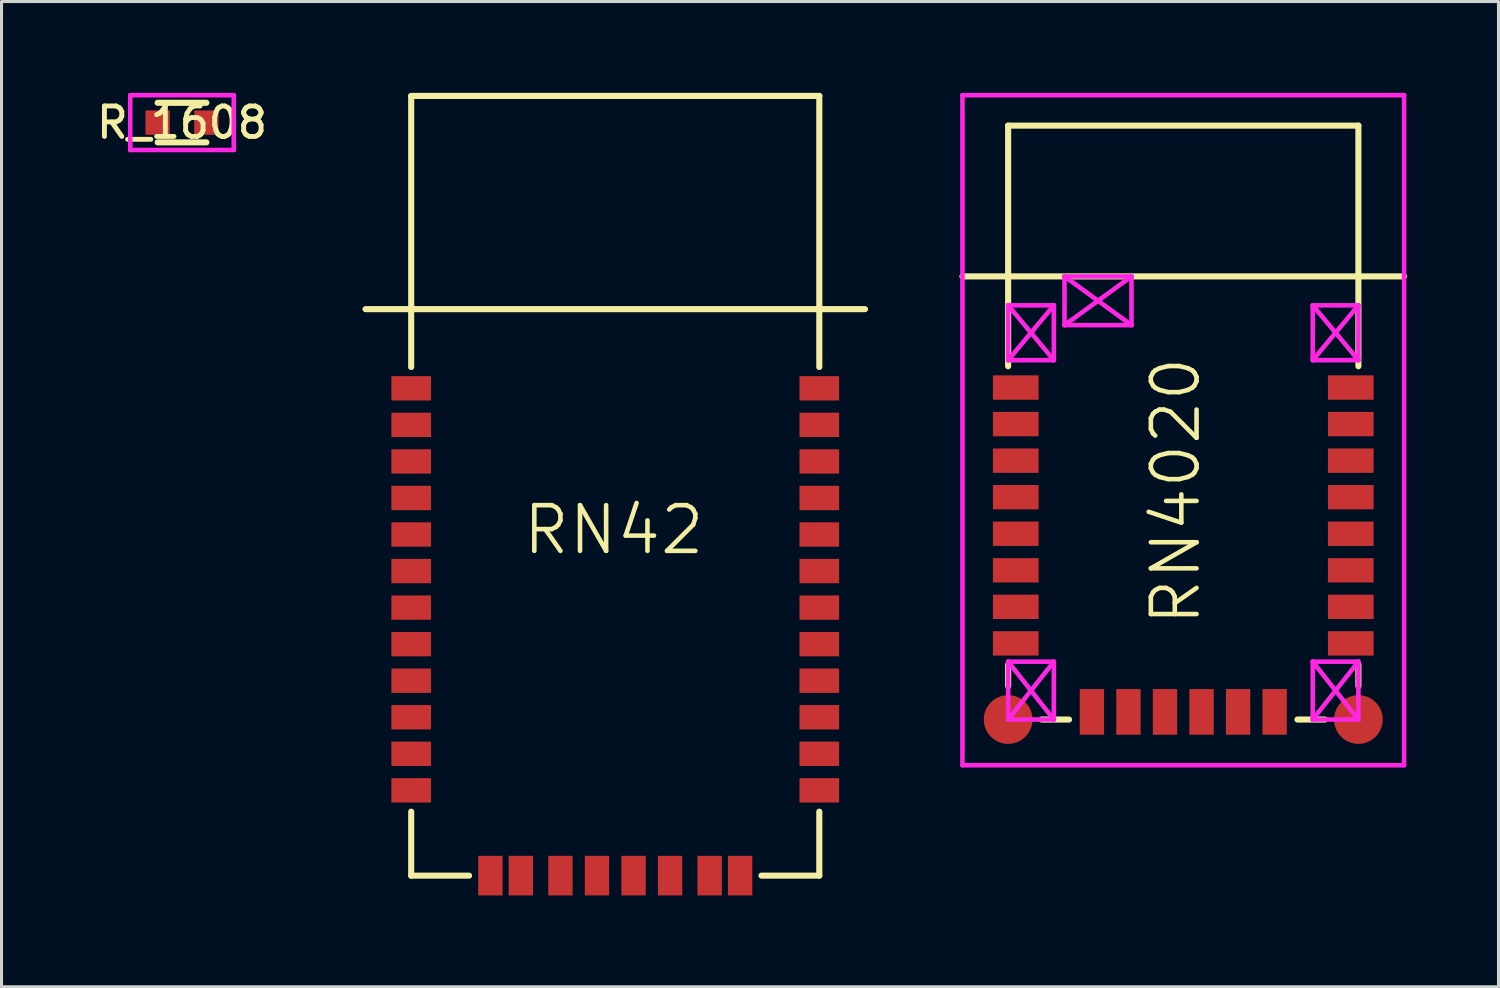
<source format=kicad_pcb>
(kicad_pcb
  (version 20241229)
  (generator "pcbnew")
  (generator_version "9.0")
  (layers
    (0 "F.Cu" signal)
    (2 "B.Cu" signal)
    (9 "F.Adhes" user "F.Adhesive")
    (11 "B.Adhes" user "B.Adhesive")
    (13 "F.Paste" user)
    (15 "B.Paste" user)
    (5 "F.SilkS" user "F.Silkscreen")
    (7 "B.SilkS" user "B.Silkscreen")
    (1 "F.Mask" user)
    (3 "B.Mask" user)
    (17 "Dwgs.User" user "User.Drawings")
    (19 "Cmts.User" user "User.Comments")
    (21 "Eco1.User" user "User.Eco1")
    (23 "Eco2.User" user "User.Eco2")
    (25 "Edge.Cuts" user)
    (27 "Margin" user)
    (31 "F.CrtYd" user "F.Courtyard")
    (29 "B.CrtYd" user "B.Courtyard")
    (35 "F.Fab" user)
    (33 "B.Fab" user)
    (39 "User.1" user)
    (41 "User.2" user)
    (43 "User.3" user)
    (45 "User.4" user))
  (footprint "RN4020"
    (layer "F.Cu")
    (at 30.051 20.575)
    (property "Reference" "RN4020" (at 5.5 -7.5 90) (layer "F.SilkS") (effects (font (size 1.5 1.5) (thickness 0.15))))
    (attr through_hole)
    (fp_line (start -1.5 -14.55) (end 13 -14.55) (stroke (width 0.2) (type solid)) (layer "F.SilkS"))
    (fp_line (start 0 -19.5) (end 0 -11.6) (stroke (width 0.2) (type solid)) (layer "F.SilkS"))
    (fp_line (start 0 -1.8) (end 0 -1.1) (stroke (width 0.2) (type solid)) (layer "F.SilkS"))
    (fp_line (start 1.1 0) (end 2 0) (stroke (width 0.2) (type solid)) (layer "F.SilkS"))
    (fp_line (start 9.5 0) (end 10.4 0) (stroke (width 0.2) (type solid)) (layer "F.SilkS"))
    (fp_line (start 11.5 -19.5) (end 0 -19.5) (stroke (width 0.2) (type solid)) (layer "F.SilkS"))
    (fp_line (start 11.5 -11.6) (end 11.5 -19.5) (stroke (width 0.2) (type solid)) (layer "F.SilkS"))
    (fp_line (start 11.5 -1.8) (end 11.5 -1.1) (stroke (width 0.2) (type solid)) (layer "F.SilkS"))
    (fp_line (start -1.5 -20.5) (end 13 -20.5) (stroke (width 0.15) (type solid)) (layer "F.CrtYd"))
    (fp_line (start -1.5 1.5) (end -1.5 -20.5) (stroke (width 0.15) (type solid)) (layer "F.CrtYd"))
    (fp_line (start 0 -13.6) (end 0 -11.8) (stroke (width 0.15) (type solid)) (layer "F.CrtYd"))
    (fp_line (start 0 -13.6) (end 1.5 -13.6) (stroke (width 0.15) (type solid)) (layer "F.CrtYd"))
    (fp_line (start 0 -13.6) (end 1.5 -11.8) (stroke (width 0.15) (type solid)) (layer "F.CrtYd"))
    (fp_line (start 0 -11.8) (end 1.5 -13.6) (stroke (width 0.15) (type solid)) (layer "F.CrtYd"))
    (fp_line (start 0 -11.8) (end 1.5 -11.8) (stroke (width 0.15) (type solid)) (layer "F.CrtYd"))
    (fp_line (start 0 -1.9) (end 1.5 -1.9) (stroke (width 0.15) (type solid)) (layer "F.CrtYd"))
    (fp_line (start 0 -1.9) (end 1.5 0) (stroke (width 0.15) (type solid)) (layer "F.CrtYd"))
    (fp_line (start 0 0) (end 0 -1.9) (stroke (width 0.15) (type solid)) (layer "F.CrtYd"))
    (fp_line (start 1.5 -13.6) (end 1.5 -11.8) (stroke (width 0.15) (type solid)) (layer "F.CrtYd"))
    (fp_line (start 1.5 -1.9) (end 0 0) (stroke (width 0.15) (type solid)) (layer "F.CrtYd"))
    (fp_line (start 1.5 -1.9) (end 1.5 0) (stroke (width 0.15) (type solid)) (layer "F.CrtYd"))
    (fp_line (start 1.5 0) (end 0 0) (stroke (width 0.15) (type solid)) (layer "F.CrtYd"))
    (fp_line (start 1.85 -14.55) (end 1.85 -12.95) (stroke (width 0.15) (type solid)) (layer "F.CrtYd"))
    (fp_line (start 1.85 -14.55) (end 4.05 -14.55) (stroke (width 0.15) (type solid)) (layer "F.CrtYd"))
    (fp_line (start 1.85 -14.55) (end 4.05 -12.95) (stroke (width 0.15) (type solid)) (layer "F.CrtYd"))
    (fp_line (start 1.85 -12.95) (end 4.05 -14.55) (stroke (width 0.15) (type solid)) (layer "F.CrtYd"))
    (fp_line (start 1.85 -12.95) (end 4.05 -12.95) (stroke (width 0.15) (type solid)) (layer "F.CrtYd"))
    (fp_line (start 4.05 -12.95) (end 4.05 -14.55) (stroke (width 0.15) (type solid)) (layer "F.CrtYd"))
    (fp_line (start 10 -13.6) (end 10 -11.8) (stroke (width 0.15) (type solid)) (layer "F.CrtYd"))
    (fp_line (start 10 -13.6) (end 11.5 -13.6) (stroke (width 0.15) (type solid)) (layer "F.CrtYd"))
    (fp_line (start 10 -13.6) (end 11.5 -11.8) (stroke (width 0.15) (type solid)) (layer "F.CrtYd"))
    (fp_line (start 10 -11.8) (end 11.5 -13.6) (stroke (width 0.15) (type solid)) (layer "F.CrtYd"))
    (fp_line (start 10 -11.8) (end 11.5 -11.8) (stroke (width 0.15) (type solid)) (layer "F.CrtYd"))
    (fp_line (start 10 -1.9) (end 11.5 -1.9) (stroke (width 0.15) (type solid)) (layer "F.CrtYd"))
    (fp_line (start 10 -1.9) (end 11.5 0) (stroke (width 0.15) (type solid)) (layer "F.CrtYd"))
    (fp_line (start 10 0) (end 10 -1.9) (stroke (width 0.15) (type solid)) (layer "F.CrtYd"))
    (fp_line (start 10 0) (end 11.5 -1.9) (stroke (width 0.15) (type solid)) (layer "F.CrtYd"))
    (fp_line (start 11.5 -13.6) (end 11.5 -11.8) (stroke (width 0.15) (type solid)) (layer "F.CrtYd"))
    (fp_line (start 11.5 -1.9) (end 11.5 0) (stroke (width 0.15) (type solid)) (layer "F.CrtYd"))
    (fp_line (start 11.5 0) (end 10 0) (stroke (width 0.15) (type solid)) (layer "F.CrtYd"))
    (fp_line (start 13 -20.5) (end 13 1.5) (stroke (width 0.15) (type solid)) (layer "F.CrtYd"))
    (fp_line (start 13 1.5) (end -1.5 1.5) (stroke (width 0.15) (type solid)) (layer "F.CrtYd"))
    (pad "1" smd rect (at 0 -10.9) (size 1.5 0.8) (drill (offset 0.25 0)) (layers "F.Cu" "F.Mask" "F.Paste"))
    (pad "2" smd rect (at 0 -9.7) (size 1.5 0.8) (drill (offset 0.25 0)) (layers "F.Cu" "F.Mask" "F.Paste"))
    (pad "3" smd rect (at 0 -8.5) (size 1.5 0.8) (drill (offset 0.25 0)) (layers "F.Cu" "F.Mask" "F.Paste"))
    (pad "4" smd rect (at 0 -7.3) (size 1.5 0.8) (drill (offset 0.25 0)) (layers "F.Cu" "F.Mask" "F.Paste"))
    (pad "5" smd rect (at 0 -6.1) (size 1.5 0.8) (drill (offset 0.25 0)) (layers "F.Cu" "F.Mask" "F.Paste"))
    (pad "6" smd rect (at 0 -4.9) (size 1.5 0.8) (drill (offset 0.25 0)) (layers "F.Cu" "F.Mask" "F.Paste"))
    (pad "7" smd rect (at 0 -3.7) (size 1.5 0.8) (drill (offset 0.25 0)) (layers "F.Cu" "F.Mask" "F.Paste"))
    (pad "8" smd rect (at 0 -2.5) (size 1.5 0.8) (drill (offset 0.25 0)) (layers "F.Cu" "F.Mask" "F.Paste"))
    (pad "9" smd circle (at 0 0) (size 1.6 1.6) (layers "F.Cu" "F.Mask" "F.Paste"))
    (pad "10" smd rect (at 2.75 0) (size 0.8 1.5) (drill (offset 0 -0.25)) (layers "F.Cu" "F.Mask" "F.Paste"))
    (pad "11" smd rect (at 3.95 0) (size 0.8 1.5) (drill (offset 0 -0.25)) (layers "F.Cu" "F.Mask" "F.Paste"))
    (pad "12" smd rect (at 5.15 0) (size 0.8 1.5) (drill (offset 0 -0.25)) (layers "F.Cu" "F.Mask" "F.Paste"))
    (pad "13" smd rect (at 6.35 0) (size 0.8 1.5) (drill (offset 0 -0.25)) (layers "F.Cu" "F.Mask" "F.Paste"))
    (pad "14" smd rect (at 7.55 0) (size 0.8 1.5) (drill (offset 0 -0.25)) (layers "F.Cu" "F.Mask" "F.Paste"))
    (pad "15" smd rect (at 8.75 0) (size 0.8 1.5) (drill (offset 0 -0.25)) (layers "F.Cu" "F.Mask" "F.Paste"))
    (pad "16" smd circle (at 11.5 0) (size 1.6 1.6) (layers "F.Cu" "F.Mask" "F.Paste"))
    (pad "17" smd rect (at 11.5 -2.5) (size 1.5 0.8) (drill (offset -0.25 0)) (layers "F.Cu" "F.Mask" "F.Paste"))
    (pad "18" smd rect (at 11.5 -3.7) (size 1.5 0.8) (drill (offset -0.25 0)) (layers "F.Cu" "F.Mask" "F.Paste"))
    (pad "19" smd rect (at 11.5 -4.9) (size 1.5 0.8) (drill (offset -0.25 0)) (layers "F.Cu" "F.Mask" "F.Paste"))
    (pad "20" smd rect (at 11.5 -6.1) (size 1.5 0.8) (drill (offset -0.25 0)) (layers "F.Cu" "F.Mask" "F.Paste"))
    (pad "21" smd rect (at 11.5 -7.3) (size 1.5 0.8) (drill (offset -0.25 0)) (layers "F.Cu" "F.Mask" "F.Paste"))
    (pad "22" smd rect (at 11.5 -8.5) (size 1.5 0.8) (drill (offset -0.25 0)) (layers "F.Cu" "F.Mask" "F.Paste"))
    (pad "23" smd rect (at 11.5 -9.7) (size 1.5 0.8) (drill (offset -0.25 0)) (layers "F.Cu" "F.Mask" "F.Paste"))
    (pad "24" smd rect (at 11.5 -10.9) (size 1.5 0.8) (drill (offset -0.25 0)) (layers "F.Cu" "F.Mask" "F.Paste")))
  (footprint "R_1608"
    (layer "F.Cu")
    (at 2.926 0.975)
    (property "Reference" "R_1608" (at 0 0 0) (layer "F.SilkS") (effects (font (size 1 1) (thickness 0.16))))
    (attr through_hole)
    (fp_line (start -0.8 -0.65) (end 0.8 -0.65) (stroke (width 0.2) (type solid)) (layer "F.SilkS"))
    (fp_line (start -0.8 0.65) (end 0.8 0.65) (stroke (width 0.2) (type solid)) (layer "F.SilkS"))
    (fp_line (start -1.7 -0.9) (end 1.7 -0.9) (stroke (width 0.15) (type solid)) (layer "F.CrtYd"))
    (fp_line (start -1.7 0.9) (end -1.7 -0.9) (stroke (width 0.15) (type solid)) (layer "F.CrtYd"))
    (fp_line (start 1.7 -0.9) (end 1.7 0.9) (stroke (width 0.15) (type solid)) (layer "F.CrtYd"))
    (fp_line (start 1.7 0.9) (end -1.7 0.9) (stroke (width 0.15) (type solid)) (layer "F.CrtYd"))
    (pad "1" smd rect (at -0.8 0) (size 0.8 0.8) (layers "F.Cu" "F.Mask" "F.Paste"))
    (pad "2" smd rect (at 0.8 0) (size 0.8 0.8) (layers "F.Cu" "F.Mask" "F.Paste")))
  (footprint "RN42"
    (layer "F.Cu")
    (at 10.451 25.7)
    (property "Reference" "RN42" (at 6.65 -11.35 0) (layer "F.SilkS") (effects (font (size 1.5 1.5) (thickness 0.15))))
    (attr through_hole)
    (fp_line (start -1.5 -18.6) (end 14.9 -18.6) (stroke (width 0.2) (type solid)) (layer "F.SilkS"))
    (fp_line (start 0 -25.6) (end 13.4 -25.6) (stroke (width 0.2) (type solid)) (layer "F.SilkS"))
    (fp_line (start 0 -16.7) (end 0 -25.6) (stroke (width 0.2) (type solid)) (layer "F.SilkS"))
    (fp_line (start 0 0) (end 0 -2.1) (stroke (width 0.2) (type solid)) (layer "F.SilkS"))
    (fp_line (start 0 0) (end 1.9 0) (stroke (width 0.2) (type solid)) (layer "F.SilkS"))
    (fp_line (start 13.4 -25.6) (end 13.4 -16.7) (stroke (width 0.2) (type solid)) (layer "F.SilkS"))
    (fp_line (start 13.4 0) (end 11.5 0) (stroke (width 0.2) (type solid)) (layer "F.SilkS"))
    (fp_line (start 13.4 0) (end 13.4 -2.1) (stroke (width 0.2) (type solid)) (layer "F.SilkS"))
    (pad "1" smd rect (at 0 -16) (size 1.3 0.8) (layers "F.Cu" "F.Mask" "F.Paste"))
    (pad "2" smd rect (at 0 -14.8) (size 1.3 0.8) (layers "F.Cu" "F.Mask" "F.Paste"))
    (pad "3" smd rect (at 0 -13.6) (size 1.3 0.8) (layers "F.Cu" "F.Mask" "F.Paste"))
    (pad "4" smd rect (at 0 -12.4) (size 1.3 0.8) (layers "F.Cu" "F.Mask" "F.Paste"))
    (pad "5" smd rect (at 0 -11.2) (size 1.3 0.8) (layers "F.Cu" "F.Mask" "F.Paste"))
    (pad "6" smd rect (at 0 -10) (size 1.3 0.8) (layers "F.Cu" "F.Mask" "F.Paste"))
    (pad "7" smd rect (at 0 -8.8) (size 1.3 0.8) (layers "F.Cu" "F.Mask" "F.Paste"))
    (pad "8" smd rect (at 0 -7.6) (size 1.3 0.8) (layers "F.Cu" "F.Mask" "F.Paste"))
    (pad "9" smd rect (at 0 -6.4) (size 1.3 0.8) (layers "F.Cu" "F.Mask" "F.Paste"))
    (pad "10" smd rect (at 0 -5.2) (size 1.3 0.8) (layers "F.Cu" "F.Mask" "F.Paste"))
    (pad "11" smd rect (at 0 -4) (size 1.3 0.8) (layers "F.Cu" "F.Mask" "F.Paste"))
    (pad "12" smd rect (at 0 -2.8) (size 1.3 0.8) (layers "F.Cu" "F.Mask" "F.Paste"))
    (pad "13" smd rect (at 13.4 -2.8) (size 1.3 0.8) (layers "F.Cu" "F.Mask" "F.Paste"))
    (pad "14" smd rect (at 13.4 -4) (size 1.3 0.8) (layers "F.Cu" "F.Mask" "F.Paste"))
    (pad "15" smd rect (at 13.4 -5.2) (size 1.3 0.8) (layers "F.Cu" "F.Mask" "F.Paste"))
    (pad "16" smd rect (at 13.4 -6.4) (size 1.3 0.8) (layers "F.Cu" "F.Mask" "F.Paste"))
    (pad "17" smd rect (at 13.4 -7.6) (size 1.3 0.8) (layers "F.Cu" "F.Mask" "F.Paste"))
    (pad "18" smd rect (at 13.4 -8.8) (size 1.3 0.8) (layers "F.Cu" "F.Mask" "F.Paste"))
    (pad "19" smd rect (at 13.4 -10) (size 1.3 0.8) (layers "F.Cu" "F.Mask" "F.Paste"))
    (pad "20" smd rect (at 13.4 -11.2) (size 1.3 0.8) (layers "F.Cu" "F.Mask" "F.Paste"))
    (pad "21" smd rect (at 13.4 -12.4) (size 1.3 0.8) (layers "F.Cu" "F.Mask" "F.Paste"))
    (pad "22" smd rect (at 13.4 -13.6) (size 1.3 0.8) (layers "F.Cu" "F.Mask" "F.Paste"))
    (pad "23" smd rect (at 13.4 -14.8) (size 1.3 0.8) (layers "F.Cu" "F.Mask" "F.Paste"))
    (pad "24" smd rect (at 13.4 -16) (size 1.3 0.8) (layers "F.Cu" "F.Mask" "F.Paste"))
    (pad "28" smd rect (at 9.8 0) (size 0.8 1.3) (layers "F.Cu" "F.Mask" "F.Paste"))
    (pad "29" smd rect (at 3.6 0) (size 0.8 1.3) (layers "F.Cu" "F.Mask" "F.Paste"))
    (pad "30" smd rect (at 10.8 0) (size 0.8 1.3) (layers "F.Cu" "F.Mask" "F.Paste"))
    (pad "31" smd rect (at 8.5 0) (size 0.8 1.3) (layers "F.Cu" "F.Mask" "F.Paste"))
    (pad "32" smd rect (at 7.3 0) (size 0.8 1.3) (layers "F.Cu" "F.Mask" "F.Paste"))
    (pad "33" smd rect (at 6.1 0) (size 0.8 1.3) (layers "F.Cu" "F.Mask" "F.Paste"))
    (pad "34" smd rect (at 4.9 0) (size 0.8 1.3) (layers "F.Cu" "F.Mask" "F.Paste"))
    (pad "35" smd rect (at 2.6 0) (size 0.8 1.3) (layers "F.Cu" "F.Mask" "F.Paste")))
  (gr_rect
    (start -3 -3)
    (end 46.151 29.35)
    (stroke (width 0.1) (type default))
    (fill no)
    (layer "Edge.Cuts")))
</source>
